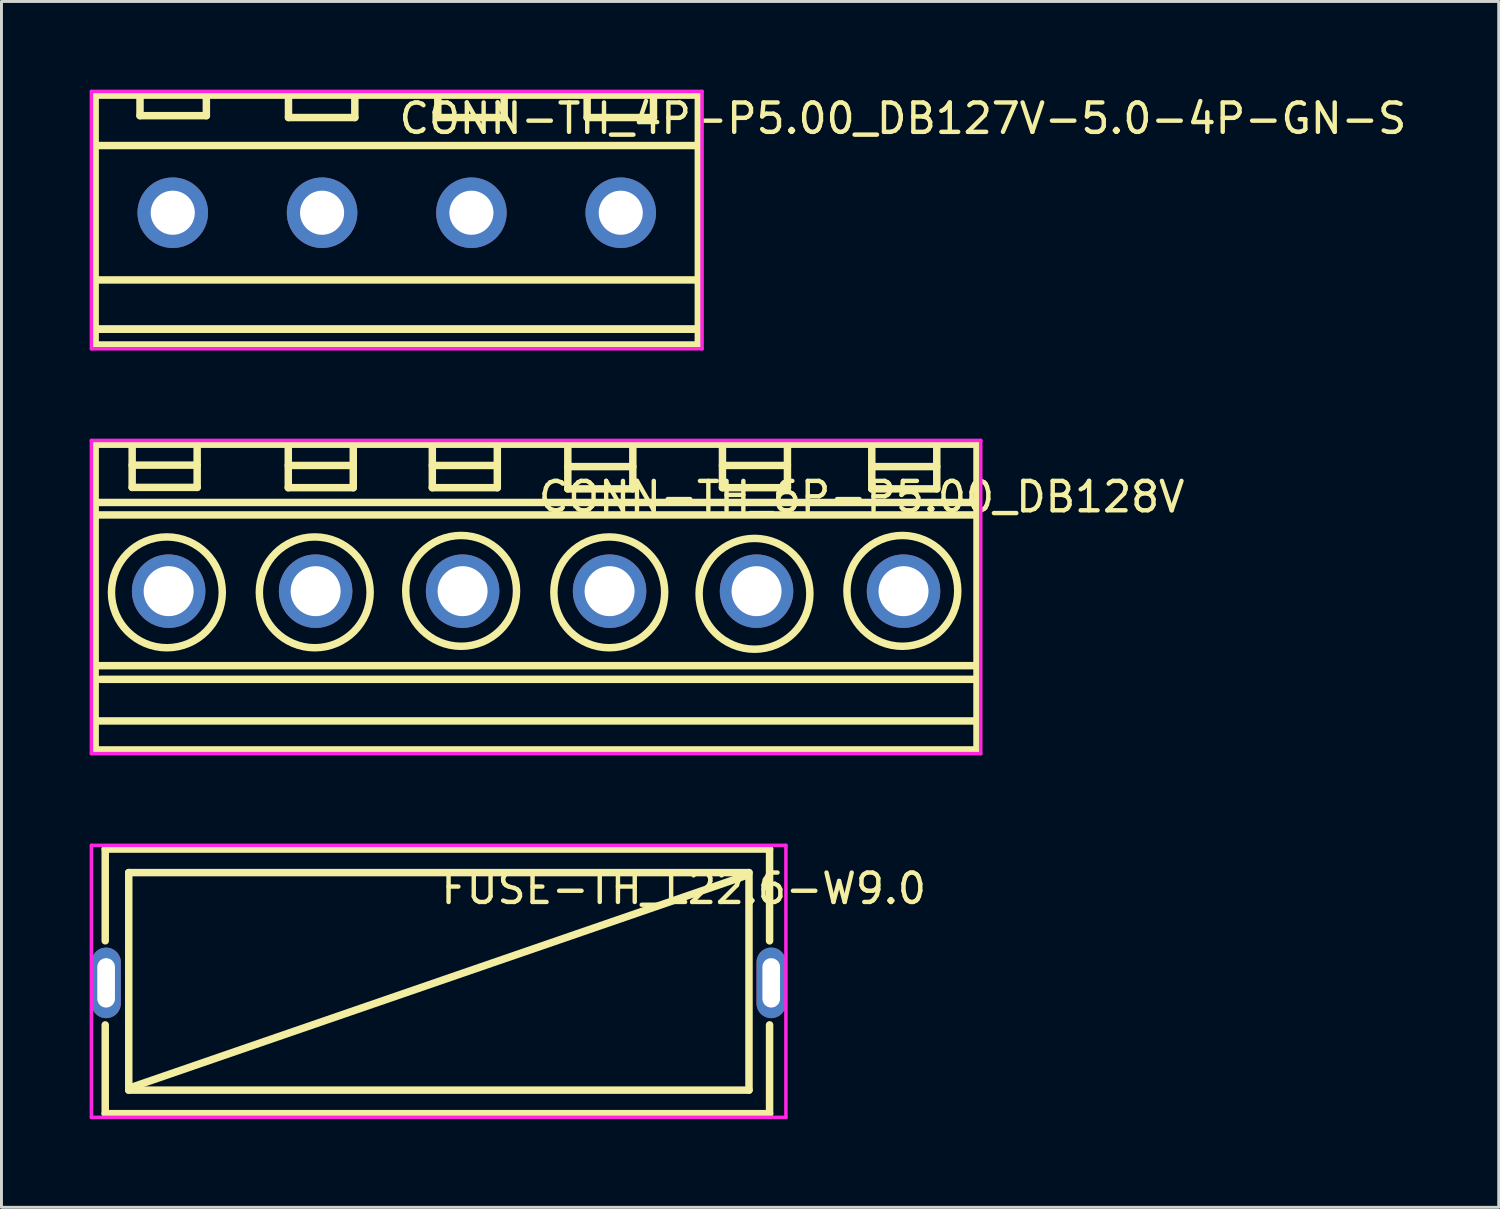
<source format=kicad_pcb>
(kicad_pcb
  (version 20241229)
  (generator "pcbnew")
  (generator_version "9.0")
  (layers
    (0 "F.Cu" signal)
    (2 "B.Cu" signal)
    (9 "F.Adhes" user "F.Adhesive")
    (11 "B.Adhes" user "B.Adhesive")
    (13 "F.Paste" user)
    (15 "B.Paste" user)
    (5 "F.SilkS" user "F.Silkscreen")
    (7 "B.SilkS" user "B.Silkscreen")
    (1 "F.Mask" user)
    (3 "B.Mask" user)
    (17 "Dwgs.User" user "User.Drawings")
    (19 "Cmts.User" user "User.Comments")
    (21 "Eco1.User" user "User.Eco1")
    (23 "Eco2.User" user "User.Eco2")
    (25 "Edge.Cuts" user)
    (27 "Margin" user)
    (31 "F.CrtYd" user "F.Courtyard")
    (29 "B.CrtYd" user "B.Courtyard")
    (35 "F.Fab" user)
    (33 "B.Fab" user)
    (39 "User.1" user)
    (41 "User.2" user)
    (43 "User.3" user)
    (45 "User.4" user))
  (footprint "FUSE-TH_L22.6-W9.0"
    (layer "F.Cu")
    (at 11.873 30.386)
    (property "Reference" "FUSE-TH_L22.6-W9.0" (at 0 -3.207 0) (layer "F.SilkS") (effects (font (size 1 1) (thickness 0.15)) (justify left)))
    (attr through_hole)
    (fp_line (start -11.343 -4.551) (end -11.343 -1.431) (stroke (width 0.254) (type solid)) (layer "F.SilkS"))
    (fp_line (start -11.343 -4.551) (end 11.257 -4.551) (stroke (width 0.254) (type solid)) (layer "F.SilkS"))
    (fp_line (start -11.343 1.431) (end -11.343 4.449) (stroke (width 0.254) (type solid)) (layer "F.SilkS"))
    (fp_line (start -10.543 -3.751) (end 10.557 -3.751) (stroke (width 0.254) (type solid)) (layer "F.SilkS"))
    (fp_line (start -10.543 3.649) (end -10.543 -3.751) (stroke (width 0.254) (type solid)) (layer "F.SilkS"))
    (fp_line (start 10.457 -3.651) (end -10.443 3.549) (stroke (width 0.254) (type solid)) (layer "F.SilkS"))
    (fp_line (start 10.557 -3.751) (end 10.557 3.649) (stroke (width 0.254) (type solid)) (layer "F.SilkS"))
    (fp_line (start 10.557 3.649) (end -10.543 3.649) (stroke (width 0.254) (type solid)) (layer "F.SilkS"))
    (fp_line (start 11.257 -1.429) (end 11.257 -4.551) (stroke (width 0.254) (type solid)) (layer "F.SilkS"))
    (fp_line (start 11.257 4.449) (end -11.343 4.449) (stroke (width 0.254) (type solid)) (layer "F.SilkS"))
    (fp_line (start 11.257 4.449) (end 11.257 1.429) (stroke (width 0.254) (type solid)) (layer "F.SilkS"))
    (fp_circle (center -11.813 4.576) (end -11.783 4.576) (stroke (width 0.06) (type solid)) (fill no) (layer "Eco2.User"))
    (fp_poly (pts (xy -11.553 0.54) (xy -11.553 -0.54) (xy -11.073 -0.54) (xy -11.073 0.54)) (stroke (width 0.12) (type solid)) (fill no) (layer "Eco2.User"))
    (fp_poly (pts (xy 11.073 0.54) (xy 11.073 -0.54) (xy 11.553 -0.54) (xy 11.553 0.54)) (stroke (width 0.12) (type solid)) (fill no) (layer "Eco2.User"))
    (fp_line (start -11.813 -4.678) (end 11.813 -4.678) (stroke (width 0.12) (type solid)) (layer "F.CrtYd"))
    (fp_line (start -11.813 4.576) (end -11.813 -4.678) (stroke (width 0.12) (type solid)) (layer "F.CrtYd"))
    (fp_line (start 11.813 -4.678) (end 11.813 4.576) (stroke (width 0.12) (type solid)) (layer "F.CrtYd"))
    (fp_line (start 11.813 4.576) (end -11.813 4.576) (stroke (width 0.12) (type solid)) (layer "F.CrtYd"))
    (pad "1" thru_hole oval (at -11.313 0) (size 1 2.4) (drill oval 0.6 1.68) (layers "*.Cu" "*.Mask"))
    (pad "2" thru_hole oval (at 11.313 0) (size 1 2.4) (drill oval 0.6 1.68) (layers "*.Cu" "*.Mask")))
  (footprint "CONN-TH_4P-P5.00_DB127V-5.0-4P-GN-S"
    (layer "F.Cu")
    (at 10.447 4.187)
    (property "Reference" "CONN-TH_4P-P5.00_DB127V-5.0-4P-GN-S" (at 0 -3.207 0) (layer "F.SilkS") (effects (font (size 1 1) (thickness 0.15)) (justify left)))
    (attr through_hole)
    (fp_line (start -10.26 -4) (end -10.26 4.5) (stroke (width 0.254) (type solid)) (layer "F.SilkS"))
    (fp_line (start -10.26 -4) (end 10.26 -4) (stroke (width 0.254) (type solid)) (layer "F.SilkS"))
    (fp_line (start -10.26 -2.286) (end 10.26 -2.286) (stroke (width 0.254) (type solid)) (layer "F.SilkS"))
    (fp_line (start -10.26 2.286) (end 10.26 2.286) (stroke (width 0.254) (type solid)) (layer "F.SilkS"))
    (fp_line (start -10.26 3.96) (end 10.26 3.96) (stroke (width 0.254) (type solid)) (layer "F.SilkS"))
    (fp_line (start -10.26 3.96) (end 10.26 3.96) (stroke (width 0.254) (type solid)) (layer "F.SilkS"))
    (fp_line (start -10.26 4.5) (end 10.26 4.5) (stroke (width 0.254) (type solid)) (layer "F.SilkS"))
    (fp_line (start -8.734 -4) (end -8.734 -3.302) (stroke (width 0.254) (type solid)) (layer "F.SilkS"))
    (fp_line (start -8.734 -3.302) (end -6.477 -3.302) (stroke (width 0.254) (type solid)) (layer "F.SilkS"))
    (fp_line (start -6.477 -3.302) (end -6.477 -4) (stroke (width 0.254) (type solid)) (layer "F.SilkS"))
    (fp_line (start -3.683 -3.937) (end -3.683 -3.239) (stroke (width 0.254) (type solid)) (layer "F.SilkS"))
    (fp_line (start -3.683 -3.239) (end -1.426 -3.239) (stroke (width 0.254) (type solid)) (layer "F.SilkS"))
    (fp_line (start -1.426 -3.239) (end -1.426 -3.937) (stroke (width 0.254) (type solid)) (layer "F.SilkS"))
    (fp_line (start 1.397 -3.937) (end 1.397 -3.239) (stroke (width 0.254) (type solid)) (layer "F.SilkS"))
    (fp_line (start 1.397 -3.239) (end 3.654 -3.239) (stroke (width 0.254) (type solid)) (layer "F.SilkS"))
    (fp_line (start 3.654 -3.239) (end 3.654 -3.937) (stroke (width 0.254) (type solid)) (layer "F.SilkS"))
    (fp_line (start 6.477 -3.937) (end 6.477 -3.239) (stroke (width 0.254) (type solid)) (layer "F.SilkS"))
    (fp_line (start 6.477 -3.239) (end 8.734 -3.239) (stroke (width 0.254) (type solid)) (layer "F.SilkS"))
    (fp_line (start 8.734 -3.239) (end 8.734 -3.937) (stroke (width 0.254) (type solid)) (layer "F.SilkS"))
    (fp_line (start 10.26 -4) (end 10.26 4.5) (stroke (width 0.254) (type solid)) (layer "F.SilkS"))
    (fp_circle (center -10.387 4.627) (end -10.357 4.627) (stroke (width 0.06) (type solid)) (fill no) (layer "Eco2.User"))
    (fp_circle (center -7.62 0) (end -7.295 0) (stroke (width 0.65) (type solid)) (fill no) (layer "Eco2.User"))
    (fp_circle (center -2.54 0) (end -2.215 0) (stroke (width 0.65) (type solid)) (fill no) (layer "Eco2.User"))
    (fp_circle (center 2.54 0) (end 2.865 0) (stroke (width 0.65) (type solid)) (fill no) (layer "Eco2.User"))
    (fp_circle (center 7.62 0) (end 7.945 0) (stroke (width 0.65) (type solid)) (fill no) (layer "Eco2.User"))
    (fp_line (start -10.387 -4.127) (end 10.387 -4.127) (stroke (width 0.12) (type solid)) (layer "F.CrtYd"))
    (fp_line (start -10.387 4.627) (end -10.387 -4.127) (stroke (width 0.12) (type solid)) (layer "F.CrtYd"))
    (fp_line (start 10.387 -4.127) (end 10.387 4.627) (stroke (width 0.12) (type solid)) (layer "F.CrtYd"))
    (fp_line (start 10.387 4.627) (end -10.387 4.627) (stroke (width 0.12) (type solid)) (layer "F.CrtYd"))
    (pad "1" thru_hole circle (at -7.62 0) (size 2.4 2.4) (drill 1.5) (layers "*.Cu" "*.Mask"))
    (pad "2" thru_hole circle (at -2.54 0) (size 2.4 2.4) (drill 1.5) (layers "*.Cu" "*.Mask"))
    (pad "3" thru_hole circle (at 2.54 0) (size 2.4 2.4) (drill 1.5) (layers "*.Cu" "*.Mask"))
    (pad "4" thru_hole circle (at 7.62 0) (size 2.4 2.4) (drill 1.5) (layers "*.Cu" "*.Mask")))
  (footprint "CONN-TH_6P-P5.00_DB128V"
    (layer "F.Cu")
    (at 15.187 17.061)
    (property "Reference" "CONN-TH_6P-P5.00_DB128V" (at 0 -3.207 0) (layer "F.SilkS") (effects (font (size 1 1) (thickness 0.15)) (justify left)))
    (attr through_hole)
    (fp_line (start -15 -5) (end -15 5.4) (stroke (width 0.254) (type solid)) (layer "F.SilkS"))
    (fp_line (start -15 -5) (end 15 -5) (stroke (width 0.254) (type solid)) (layer "F.SilkS"))
    (fp_line (start -15 -3.017) (end 15 -3.017) (stroke (width 0.254) (type solid)) (layer "F.SilkS"))
    (fp_line (start -15 -2.593) (end 15 -2.593) (stroke (width 0.254) (type solid)) (layer "F.SilkS"))
    (fp_line (start -15 2.534) (end 15 2.534) (stroke (width 0.254) (type solid)) (layer "F.SilkS"))
    (fp_line (start -15 4.415) (end 15 4.415) (stroke (width 0.254) (type solid)) (layer "F.SilkS"))
    (fp_line (start -15 5.4) (end 15 5.4) (stroke (width 0.254) (type solid)) (layer "F.SilkS"))
    (fp_line (start -14.82 3) (end 15 3) (stroke (width 0.254) (type solid)) (layer "F.SilkS"))
    (fp_line (start -13.741 -5) (end -13.741 -3.53) (stroke (width 0.254) (type solid)) (layer "F.SilkS"))
    (fp_line (start -13.741 -4.287) (end -11.53 -4.287) (stroke (width 0.254) (type solid)) (layer "F.SilkS"))
    (fp_line (start -13.741 -3.53) (end -11.53 -3.53) (stroke (width 0.254) (type solid)) (layer "F.SilkS"))
    (fp_line (start -11.53 -3.53) (end -11.53 -5) (stroke (width 0.254) (type solid)) (layer "F.SilkS"))
    (fp_line (start -8.43 -4.99) (end -8.43 -3.52) (stroke (width 0.254) (type solid)) (layer "F.SilkS"))
    (fp_line (start -8.43 -4.277) (end -6.219 -4.277) (stroke (width 0.254) (type solid)) (layer "F.SilkS"))
    (fp_line (start -8.43 -3.52) (end -6.219 -3.52) (stroke (width 0.254) (type solid)) (layer "F.SilkS"))
    (fp_line (start -6.219 -3.52) (end -6.219 -4.99) (stroke (width 0.254) (type solid)) (layer "F.SilkS"))
    (fp_line (start -3.53 -4.99) (end -3.53 -3.52) (stroke (width 0.254) (type solid)) (layer "F.SilkS"))
    (fp_line (start -3.53 -4.277) (end -1.319 -4.277) (stroke (width 0.254) (type solid)) (layer "F.SilkS"))
    (fp_line (start -3.53 -3.52) (end -1.319 -3.52) (stroke (width 0.254) (type solid)) (layer "F.SilkS"))
    (fp_line (start -1.319 -3.52) (end -1.319 -4.99) (stroke (width 0.254) (type solid)) (layer "F.SilkS"))
    (fp_line (start 1.08 -4.95) (end 1.08 -3.48) (stroke (width 0.254) (type solid)) (layer "F.SilkS"))
    (fp_line (start 1.08 -4.237) (end 3.291 -4.237) (stroke (width 0.254) (type solid)) (layer "F.SilkS"))
    (fp_line (start 1.08 -3.48) (end 3.291 -3.48) (stroke (width 0.254) (type solid)) (layer "F.SilkS"))
    (fp_line (start 3.291 -3.48) (end 3.291 -4.95) (stroke (width 0.254) (type solid)) (layer "F.SilkS"))
    (fp_line (start 6.34 -4.99) (end 6.34 -3.52) (stroke (width 0.254) (type solid)) (layer "F.SilkS"))
    (fp_line (start 6.34 -4.277) (end 8.551 -4.277) (stroke (width 0.254) (type solid)) (layer "F.SilkS"))
    (fp_line (start 6.34 -3.52) (end 8.551 -3.52) (stroke (width 0.254) (type solid)) (layer "F.SilkS"))
    (fp_line (start 8.551 -3.52) (end 8.551 -4.99) (stroke (width 0.254) (type solid)) (layer "F.SilkS"))
    (fp_line (start 11.42 -4.95) (end 11.42 -3.48) (stroke (width 0.254) (type solid)) (layer "F.SilkS"))
    (fp_line (start 11.42 -4.237) (end 13.631 -4.237) (stroke (width 0.254) (type solid)) (layer "F.SilkS"))
    (fp_line (start 11.42 -3.48) (end 13.631 -3.48) (stroke (width 0.254) (type solid)) (layer "F.SilkS"))
    (fp_line (start 13.631 -3.48) (end 13.631 -4.95) (stroke (width 0.254) (type solid)) (layer "F.SilkS"))
    (fp_line (start 15 -5) (end 15 5.4) (stroke (width 0.254) (type solid)) (layer "F.SilkS"))
    (fp_circle (center -12.56 0.04) (end -10.675 0.04) (stroke (width 0.254) (type solid)) (fill no) (layer "F.SilkS"))
    (fp_circle (center -7.53 0.04) (end -5.645 0.04) (stroke (width 0.254) (type solid)) (fill no) (layer "F.SilkS"))
    (fp_circle (center -2.55 -0.01) (end -0.665 -0.01) (stroke (width 0.254) (type solid)) (fill no) (layer "F.SilkS"))
    (fp_circle (center 2.49 0.04) (end 4.375 0.04) (stroke (width 0.254) (type solid)) (fill no) (layer "F.SilkS"))
    (fp_circle (center 7.43 0.09) (end 9.315 0.09) (stroke (width 0.254) (type solid)) (fill no) (layer "F.SilkS"))
    (fp_circle (center 12.46 -0.01) (end 14.345 -0.01) (stroke (width 0.254) (type solid)) (fill no) (layer "F.SilkS"))
    (fp_circle (center -15.127 5.527) (end -15.097 5.527) (stroke (width 0.06) (type solid)) (fill no) (layer "Eco2.User"))
    (fp_circle (center -12.5 0) (end -12.125 0) (stroke (width 0.75) (type solid)) (fill no) (layer "Eco2.User"))
    (fp_circle (center -7.5 0) (end -7.125 0) (stroke (width 0.75) (type solid)) (fill no) (layer "Eco2.User"))
    (fp_circle (center -2.5 0) (end -2.125 0) (stroke (width 0.75) (type solid)) (fill no) (layer "Eco2.User"))
    (fp_circle (center 2.5 0) (end 2.875 0) (stroke (width 0.75) (type solid)) (fill no) (layer "Eco2.User"))
    (fp_circle (center 7.5 0) (end 7.875 0) (stroke (width 0.75) (type solid)) (fill no) (layer "Eco2.User"))
    (fp_circle (center 12.5 0) (end 12.875 0) (stroke (width 0.75) (type solid)) (fill no) (layer "Eco2.User"))
    (fp_line (start -15.127 -5.127) (end 15.127 -5.127) (stroke (width 0.12) (type solid)) (layer "F.CrtYd"))
    (fp_line (start -15.127 5.527) (end -15.127 -5.127) (stroke (width 0.12) (type solid)) (layer "F.CrtYd"))
    (fp_line (start 15.127 -5.127) (end 15.127 5.527) (stroke (width 0.12) (type solid)) (layer "F.CrtYd"))
    (fp_line (start 15.127 5.527) (end -15.127 5.527) (stroke (width 0.12) (type solid)) (layer "F.CrtYd"))
    (pad "1" thru_hole circle (at -12.5 0) (size 2.5 2.5) (drill 1.7) (layers "*.Cu" "*.Mask"))
    (pad "2" thru_hole circle (at -7.5 0) (size 2.5 2.5) (drill 1.7) (layers "*.Cu" "*.Mask"))
    (pad "3" thru_hole circle (at -2.5 0) (size 2.5 2.5) (drill 1.7) (layers "*.Cu" "*.Mask"))
    (pad "4" thru_hole circle (at 2.5 0) (size 2.5 2.5) (drill 1.7) (layers "*.Cu" "*.Mask"))
    (pad "5" thru_hole circle (at 7.5 0) (size 2.5 2.5) (drill 1.7) (layers "*.Cu" "*.Mask"))
    (pad "6" thru_hole circle (at 12.5 0) (size 2.5 2.5) (drill 1.7) (layers "*.Cu" "*.Mask")))
  (gr_rect
    (start -3 -3)
    (end 47.935 38.022)
    (stroke (width 0.1) (type default))
    (fill no)
    (layer "Edge.Cuts")))
</source>
